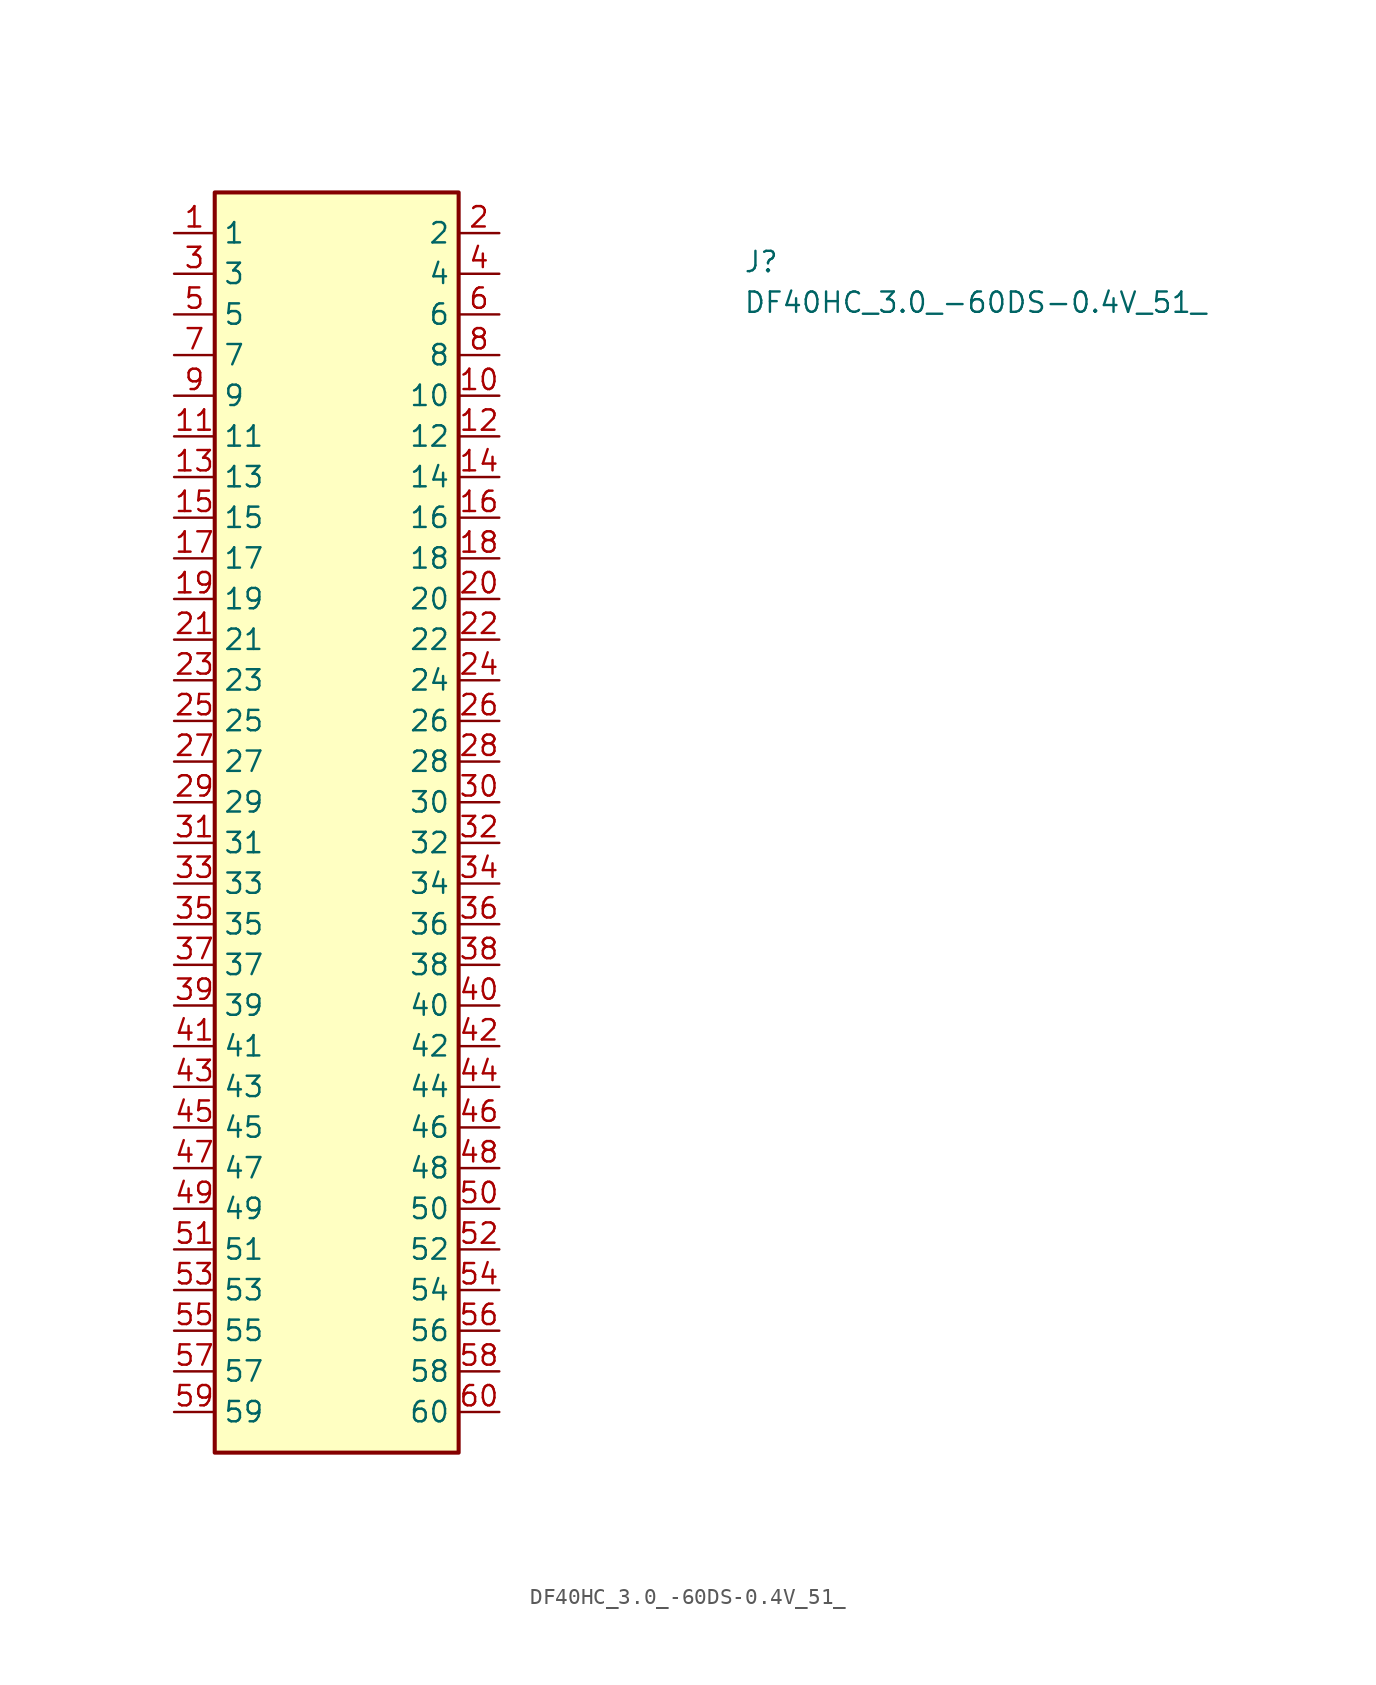
<source format=kicad_sym>
(kicad_symbol_lib
  (version 20211014)
  (generator kicad_symbol_editor)
  (symbol "DF40HC_3.0_-60DS-0.4V_51_"
    (property "Reference" "J"
      (at 35.56 -2.54 0)
      (effects (font (size 1.27 1.27) (thickness 0.15)) (justify left bottom)))
    (property "Value" "DF40HC_3.0_-60DS-0.4V_51_"
      (at 35.56 -5.08 0)
      (effects (font (size 1.27 1.27) (thickness 0.15)) (justify left bottom)))
    (symbol "DF40HC_3.0_-60DS-0.4V_51__1_1"
      (rectangle (start 2.54 -76.2) (end 17.78 2.54) (stroke (width 0.254) (type default) (color 0 0 0 0)) (fill (type background)))
      (pin passive line (at 0 0 0) (length 2.54) (name "1" (effects (font (size 1.27 1.27)))) (number "1" (effects (font (size 1.27 1.27)))))
      (pin passive line (at 20.32 -10.16 180) (length 2.54) (name "10" (effects (font (size 1.27 1.27)))) (number "10" (effects (font (size 1.27 1.27)))))
      (pin passive line (at 0 -12.7 0) (length 2.54) (name "11" (effects (font (size 1.27 1.27)))) (number "11" (effects (font (size 1.27 1.27)))))
      (pin passive line (at 20.32 -12.7 180) (length 2.54) (name "12" (effects (font (size 1.27 1.27)))) (number "12" (effects (font (size 1.27 1.27)))))
      (pin passive line (at 0 -15.24 0) (length 2.54) (name "13" (effects (font (size 1.27 1.27)))) (number "13" (effects (font (size 1.27 1.27)))))
      (pin passive line (at 20.32 -15.24 180) (length 2.54) (name "14" (effects (font (size 1.27 1.27)))) (number "14" (effects (font (size 1.27 1.27)))))
      (pin passive line (at 0 -17.78 0) (length 2.54) (name "15" (effects (font (size 1.27 1.27)))) (number "15" (effects (font (size 1.27 1.27)))))
      (pin passive line (at 20.32 -17.78 180) (length 2.54) (name "16" (effects (font (size 1.27 1.27)))) (number "16" (effects (font (size 1.27 1.27)))))
      (pin passive line (at 0 -20.32 0) (length 2.54) (name "17" (effects (font (size 1.27 1.27)))) (number "17" (effects (font (size 1.27 1.27)))))
      (pin passive line (at 20.32 -20.32 180) (length 2.54) (name "18" (effects (font (size 1.27 1.27)))) (number "18" (effects (font (size 1.27 1.27)))))
      (pin passive line (at 0 -22.86 0) (length 2.54) (name "19" (effects (font (size 1.27 1.27)))) (number "19" (effects (font (size 1.27 1.27)))))
      (pin passive line (at 20.32 0 180) (length 2.54) (name "2" (effects (font (size 1.27 1.27)))) (number "2" (effects (font (size 1.27 1.27)))))
      (pin passive line (at 20.32 -22.86 180) (length 2.54) (name "20" (effects (font (size 1.27 1.27)))) (number "20" (effects (font (size 1.27 1.27)))))
      (pin passive line (at 0 -25.4 0) (length 2.54) (name "21" (effects (font (size 1.27 1.27)))) (number "21" (effects (font (size 1.27 1.27)))))
      (pin passive line (at 20.32 -25.4 180) (length 2.54) (name "22" (effects (font (size 1.27 1.27)))) (number "22" (effects (font (size 1.27 1.27)))))
      (pin passive line (at 0 -27.94 0) (length 2.54) (name "23" (effects (font (size 1.27 1.27)))) (number "23" (effects (font (size 1.27 1.27)))))
      (pin passive line (at 20.32 -27.94 180) (length 2.54) (name "24" (effects (font (size 1.27 1.27)))) (number "24" (effects (font (size 1.27 1.27)))))
      (pin passive line (at 0 -30.48 0) (length 2.54) (name "25" (effects (font (size 1.27 1.27)))) (number "25" (effects (font (size 1.27 1.27)))))
      (pin passive line (at 20.32 -30.48 180) (length 2.54) (name "26" (effects (font (size 1.27 1.27)))) (number "26" (effects (font (size 1.27 1.27)))))
      (pin passive line (at 0 -33.02 0) (length 2.54) (name "27" (effects (font (size 1.27 1.27)))) (number "27" (effects (font (size 1.27 1.27)))))
      (pin passive line (at 20.32 -33.02 180) (length 2.54) (name "28" (effects (font (size 1.27 1.27)))) (number "28" (effects (font (size 1.27 1.27)))))
      (pin passive line (at 0 -35.56 0) (length 2.54) (name "29" (effects (font (size 1.27 1.27)))) (number "29" (effects (font (size 1.27 1.27)))))
      (pin passive line (at 0 -2.54 0) (length 2.54) (name "3" (effects (font (size 1.27 1.27)))) (number "3" (effects (font (size 1.27 1.27)))))
      (pin passive line (at 20.32 -35.56 180) (length 2.54) (name "30" (effects (font (size 1.27 1.27)))) (number "30" (effects (font (size 1.27 1.27)))))
      (pin passive line (at 0 -38.1 0) (length 2.54) (name "31" (effects (font (size 1.27 1.27)))) (number "31" (effects (font (size 1.27 1.27)))))
      (pin passive line (at 20.32 -38.1 180) (length 2.54) (name "32" (effects (font (size 1.27 1.27)))) (number "32" (effects (font (size 1.27 1.27)))))
      (pin passive line (at 0 -40.64 0) (length 2.54) (name "33" (effects (font (size 1.27 1.27)))) (number "33" (effects (font (size 1.27 1.27)))))
      (pin passive line (at 20.32 -40.64 180) (length 2.54) (name "34" (effects (font (size 1.27 1.27)))) (number "34" (effects (font (size 1.27 1.27)))))
      (pin passive line (at 0 -43.18 0) (length 2.54) (name "35" (effects (font (size 1.27 1.27)))) (number "35" (effects (font (size 1.27 1.27)))))
      (pin passive line (at 20.32 -43.18 180) (length 2.54) (name "36" (effects (font (size 1.27 1.27)))) (number "36" (effects (font (size 1.27 1.27)))))
      (pin passive line (at 0 -45.72 0) (length 2.54) (name "37" (effects (font (size 1.27 1.27)))) (number "37" (effects (font (size 1.27 1.27)))))
      (pin passive line (at 20.32 -45.72 180) (length 2.54) (name "38" (effects (font (size 1.27 1.27)))) (number "38" (effects (font (size 1.27 1.27)))))
      (pin passive line (at 0 -48.26 0) (length 2.54) (name "39" (effects (font (size 1.27 1.27)))) (number "39" (effects (font (size 1.27 1.27)))))
      (pin passive line (at 20.32 -2.54 180) (length 2.54) (name "4" (effects (font (size 1.27 1.27)))) (number "4" (effects (font (size 1.27 1.27)))))
      (pin passive line (at 20.32 -48.26 180) (length 2.54) (name "40" (effects (font (size 1.27 1.27)))) (number "40" (effects (font (size 1.27 1.27)))))
      (pin passive line (at 0 -50.8 0) (length 2.54) (name "41" (effects (font (size 1.27 1.27)))) (number "41" (effects (font (size 1.27 1.27)))))
      (pin passive line (at 20.32 -50.8 180) (length 2.54) (name "42" (effects (font (size 1.27 1.27)))) (number "42" (effects (font (size 1.27 1.27)))))
      (pin passive line (at 0 -53.34 0) (length 2.54) (name "43" (effects (font (size 1.27 1.27)))) (number "43" (effects (font (size 1.27 1.27)))))
      (pin passive line (at 20.32 -53.34 180) (length 2.54) (name "44" (effects (font (size 1.27 1.27)))) (number "44" (effects (font (size 1.27 1.27)))))
      (pin passive line (at 0 -55.88 0) (length 2.54) (name "45" (effects (font (size 1.27 1.27)))) (number "45" (effects (font (size 1.27 1.27)))))
      (pin passive line (at 20.32 -55.88 180) (length 2.54) (name "46" (effects (font (size 1.27 1.27)))) (number "46" (effects (font (size 1.27 1.27)))))
      (pin passive line (at 0 -58.42 0) (length 2.54) (name "47" (effects (font (size 1.27 1.27)))) (number "47" (effects (font (size 1.27 1.27)))))
      (pin passive line (at 20.32 -58.42 180) (length 2.54) (name "48" (effects (font (size 1.27 1.27)))) (number "48" (effects (font (size 1.27 1.27)))))
      (pin passive line (at 0 -60.96 0) (length 2.54) (name "49" (effects (font (size 1.27 1.27)))) (number "49" (effects (font (size 1.27 1.27)))))
      (pin passive line (at 0 -5.08 0) (length 2.54) (name "5" (effects (font (size 1.27 1.27)))) (number "5" (effects (font (size 1.27 1.27)))))
      (pin passive line (at 20.32 -60.96 180) (length 2.54) (name "50" (effects (font (size 1.27 1.27)))) (number "50" (effects (font (size 1.27 1.27)))))
      (pin passive line (at 0 -63.5 0) (length 2.54) (name "51" (effects (font (size 1.27 1.27)))) (number "51" (effects (font (size 1.27 1.27)))))
      (pin passive line (at 20.32 -63.5 180) (length 2.54) (name "52" (effects (font (size 1.27 1.27)))) (number "52" (effects (font (size 1.27 1.27)))))
      (pin passive line (at 0 -66.04 0) (length 2.54) (name "53" (effects (font (size 1.27 1.27)))) (number "53" (effects (font (size 1.27 1.27)))))
      (pin passive line (at 20.32 -66.04 180) (length 2.54) (name "54" (effects (font (size 1.27 1.27)))) (number "54" (effects (font (size 1.27 1.27)))))
      (pin passive line (at 0 -68.58 0) (length 2.54) (name "55" (effects (font (size 1.27 1.27)))) (number "55" (effects (font (size 1.27 1.27)))))
      (pin passive line (at 20.32 -68.58 180) (length 2.54) (name "56" (effects (font (size 1.27 1.27)))) (number "56" (effects (font (size 1.27 1.27)))))
      (pin passive line (at 0 -71.12 0) (length 2.54) (name "57" (effects (font (size 1.27 1.27)))) (number "57" (effects (font (size 1.27 1.27)))))
      (pin passive line (at 20.32 -71.12 180) (length 2.54) (name "58" (effects (font (size 1.27 1.27)))) (number "58" (effects (font (size 1.27 1.27)))))
      (pin passive line (at 0 -73.66 0) (length 2.54) (name "59" (effects (font (size 1.27 1.27)))) (number "59" (effects (font (size 1.27 1.27)))))
      (pin passive line (at 20.32 -5.08 180) (length 2.54) (name "6" (effects (font (size 1.27 1.27)))) (number "6" (effects (font (size 1.27 1.27)))))
      (pin passive line (at 20.32 -73.66 180) (length 2.54) (name "60" (effects (font (size 1.27 1.27)))) (number "60" (effects (font (size 1.27 1.27)))))
      (pin passive line (at 0 -7.62 0) (length 2.54) (name "7" (effects (font (size 1.27 1.27)))) (number "7" (effects (font (size 1.27 1.27)))))
      (pin passive line (at 20.32 -7.62 180) (length 2.54) (name "8" (effects (font (size 1.27 1.27)))) (number "8" (effects (font (size 1.27 1.27)))))
      (pin passive line (at 0 -10.16 0) (length 2.54) (name "9" (effects (font (size 1.27 1.27)))) (number "9" (effects (font (size 1.27 1.27))))))))
</source>
